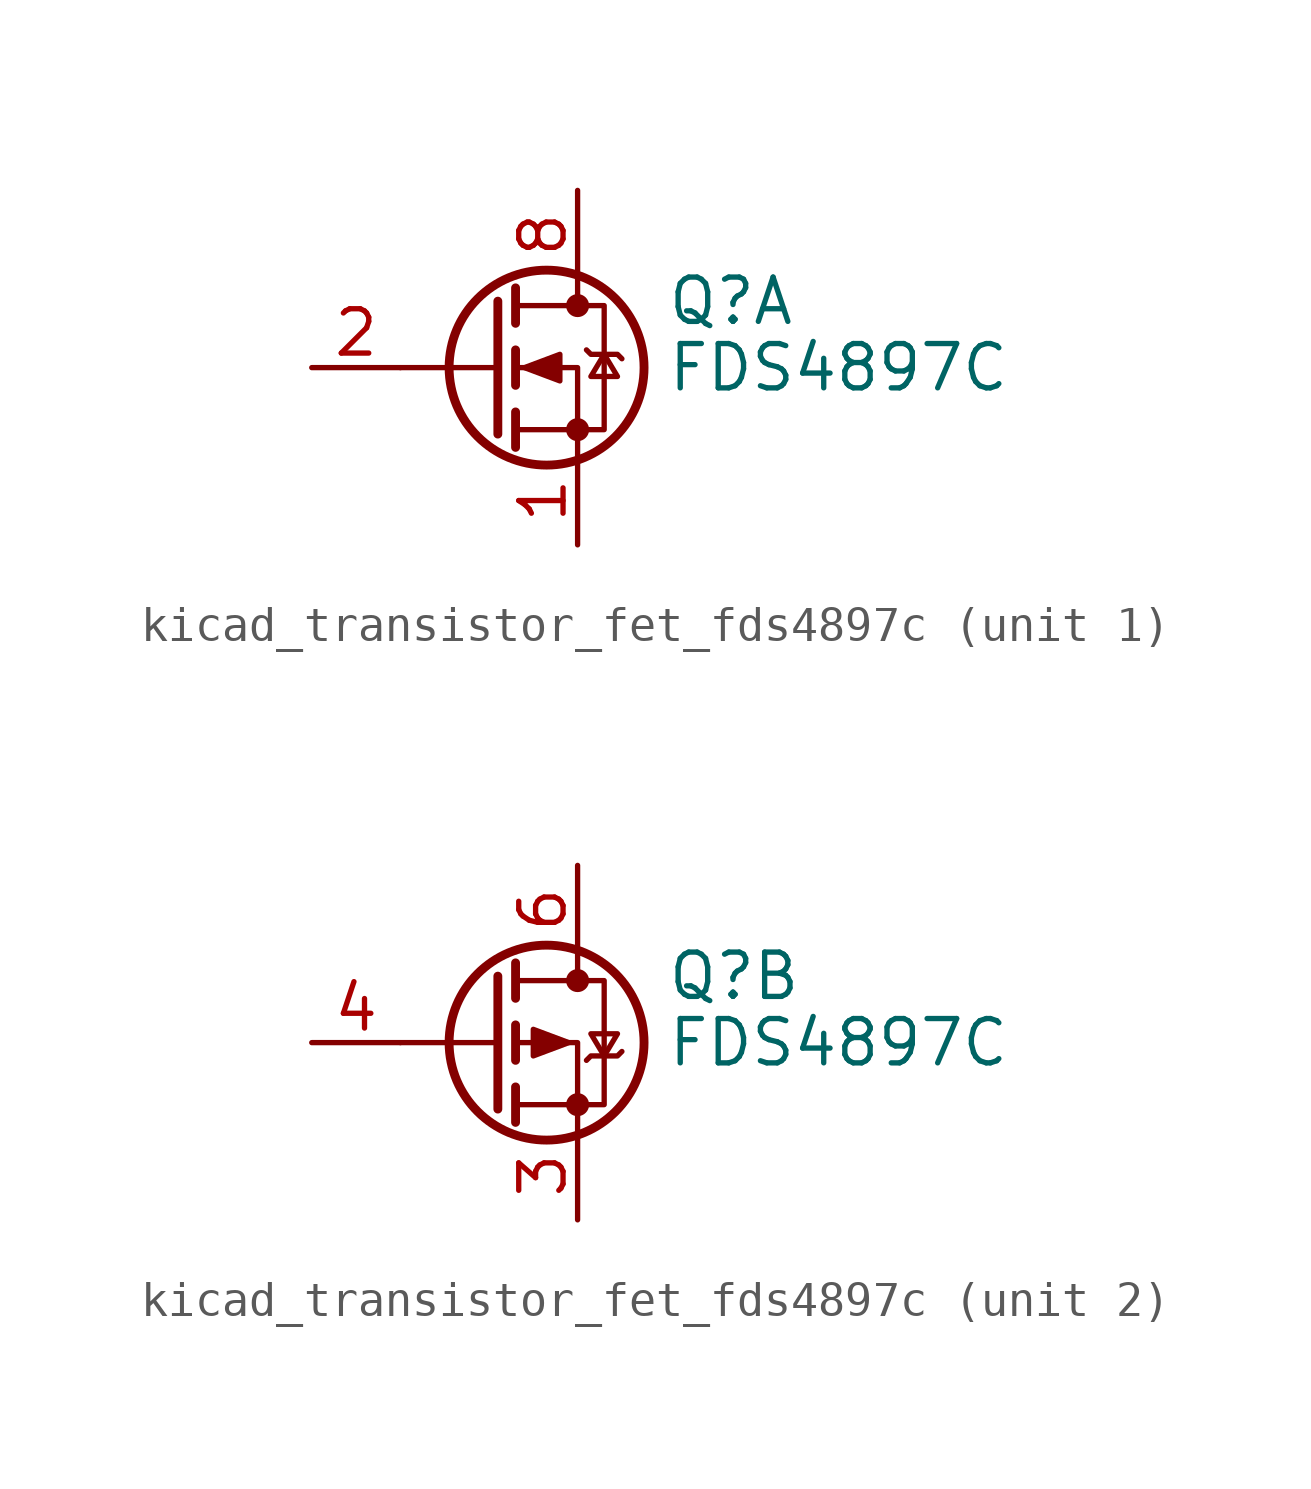
<source format=kicad_sym>
(kicad_symbol_lib
  (version 20220914)
  (generator kicad_symbol_editor)
  (symbol "kicad_transistor_fet_fds4897c"
    (pin_names hide)
    (property "Reference" "Q"
      (at 5.08 1.905 0)
      (effects (font (size 1.27 1.27)) (justify left)))
    (property "Value" "FDS4897C"
      (at 5.08 0 0)
      (effects (font (size 1.27 1.27)) (justify left)))
    (symbol "kicad_transistor_fet_fds4897c_0_1"
      (polyline (pts (xy 0.254 0) (xy -2.54 0)) (stroke (width 0) (type default)) (fill (type none)))
      (polyline (pts (xy 0.254 1.905) (xy 0.254 -1.905)) (stroke (width 0.254) (type default)) (fill (type none)))
      (polyline (pts (xy 0.762 -1.27) (xy 0.762 -2.286)) (stroke (width 0.254) (type default)) (fill (type none)))
      (polyline (pts (xy 0.762 0.508) (xy 0.762 -0.508)) (stroke (width 0.254) (type default)) (fill (type none)))
      (polyline (pts (xy 0.762 2.286) (xy 0.762 1.27)) (stroke (width 0.254) (type default)) (fill (type none)))
      (polyline (pts (xy 2.54 2.54) (xy 2.54 1.778)) (stroke (width 0) (type default)) (fill (type none)))
      (polyline (pts (xy 2.54 -2.54) (xy 2.54 0) (xy 0.762 0)) (stroke (width 0) (type default)) (fill (type none)))
      (polyline (pts (xy 0.762 -1.778) (xy 3.302 -1.778) (xy 3.302 1.778) (xy 0.762 1.778)) (stroke (width 0) (type default)) (fill (type none)))
      (circle (center 1.651 0) (radius 2.794) (stroke (width 0.254) (type default)) (fill (type none)))
      (circle (center 2.54 -1.778) (radius 0.254) (stroke (width 0) (type default)) (fill (type outline)))
      (circle (center 2.54 1.778) (radius 0.254) (stroke (width 0) (type default)) (fill (type outline))))
    (symbol "kicad_transistor_fet_fds4897c_1_1"
      (polyline (pts (xy 1.016 0) (xy 2.032 0.381) (xy 2.032 -0.381) (xy 1.016 0)) (stroke (width 0) (type default)) (fill (type outline)))
      (polyline (pts (xy 2.794 0.508) (xy 2.921 0.381) (xy 3.683 0.381) (xy 3.81 0.254)) (stroke (width 0) (type default)) (fill (type none)))
      (polyline (pts (xy 3.302 0.381) (xy 2.921 -0.254) (xy 3.683 -0.254) (xy 3.302 0.381)) (stroke (width 0) (type default)) (fill (type none)))
      (pin passive line (at 2.54 -5.08 90) (length 2.54) (name "S" (effects (font (size 1.27 1.27)))) (number "1" (effects (font (size 1.27 1.27)))))
      (pin input line (at -5.08 0 0) (length 2.54) (name "G" (effects (font (size 1.27 1.27)))) (number "2" (effects (font (size 1.27 1.27)))))
      (pin passive line (at 2.54 5.08 270) (length 2.54) hide (name "D" (effects (font (size 1.27 1.27)))) (number "7" (effects (font (size 1.27 1.27)))))
      (pin passive line (at 2.54 5.08 270) (length 2.54) (name "D" (effects (font (size 1.27 1.27)))) (number "8" (effects (font (size 1.27 1.27))))))
    (symbol "kicad_transistor_fet_fds4897c_2_1"
      (polyline (pts (xy 2.286 0) (xy 1.27 0.381) (xy 1.27 -0.381) (xy 2.286 0)) (stroke (width 0) (type default)) (fill (type outline)))
      (polyline (pts (xy 2.794 -0.508) (xy 2.921 -0.381) (xy 3.683 -0.381) (xy 3.81 -0.254)) (stroke (width 0) (type default)) (fill (type none)))
      (polyline (pts (xy 3.302 -0.381) (xy 2.921 0.254) (xy 3.683 0.254) (xy 3.302 -0.381)) (stroke (width 0) (type default)) (fill (type none)))
      (pin passive line (at 2.54 -5.08 90) (length 2.54) (name "1" (effects (font (size 1.27 1.27)))) (number "3" (effects (font (size 1.27 1.27)))))
      (pin input line (at -5.08 0 0) (length 2.54) (name "G" (effects (font (size 1.27 1.27)))) (number "4" (effects (font (size 1.27 1.27)))))
      (pin passive line (at 2.54 5.08 270) (length 2.54) hide (name "D" (effects (font (size 1.27 1.27)))) (number "5" (effects (font (size 1.27 1.27)))))
      (pin passive line (at 2.54 5.08 270) (length 2.54) (name "D" (effects (font (size 1.27 1.27)))) (number "6" (effects (font (size 1.27 1.27))))))))
</source>
